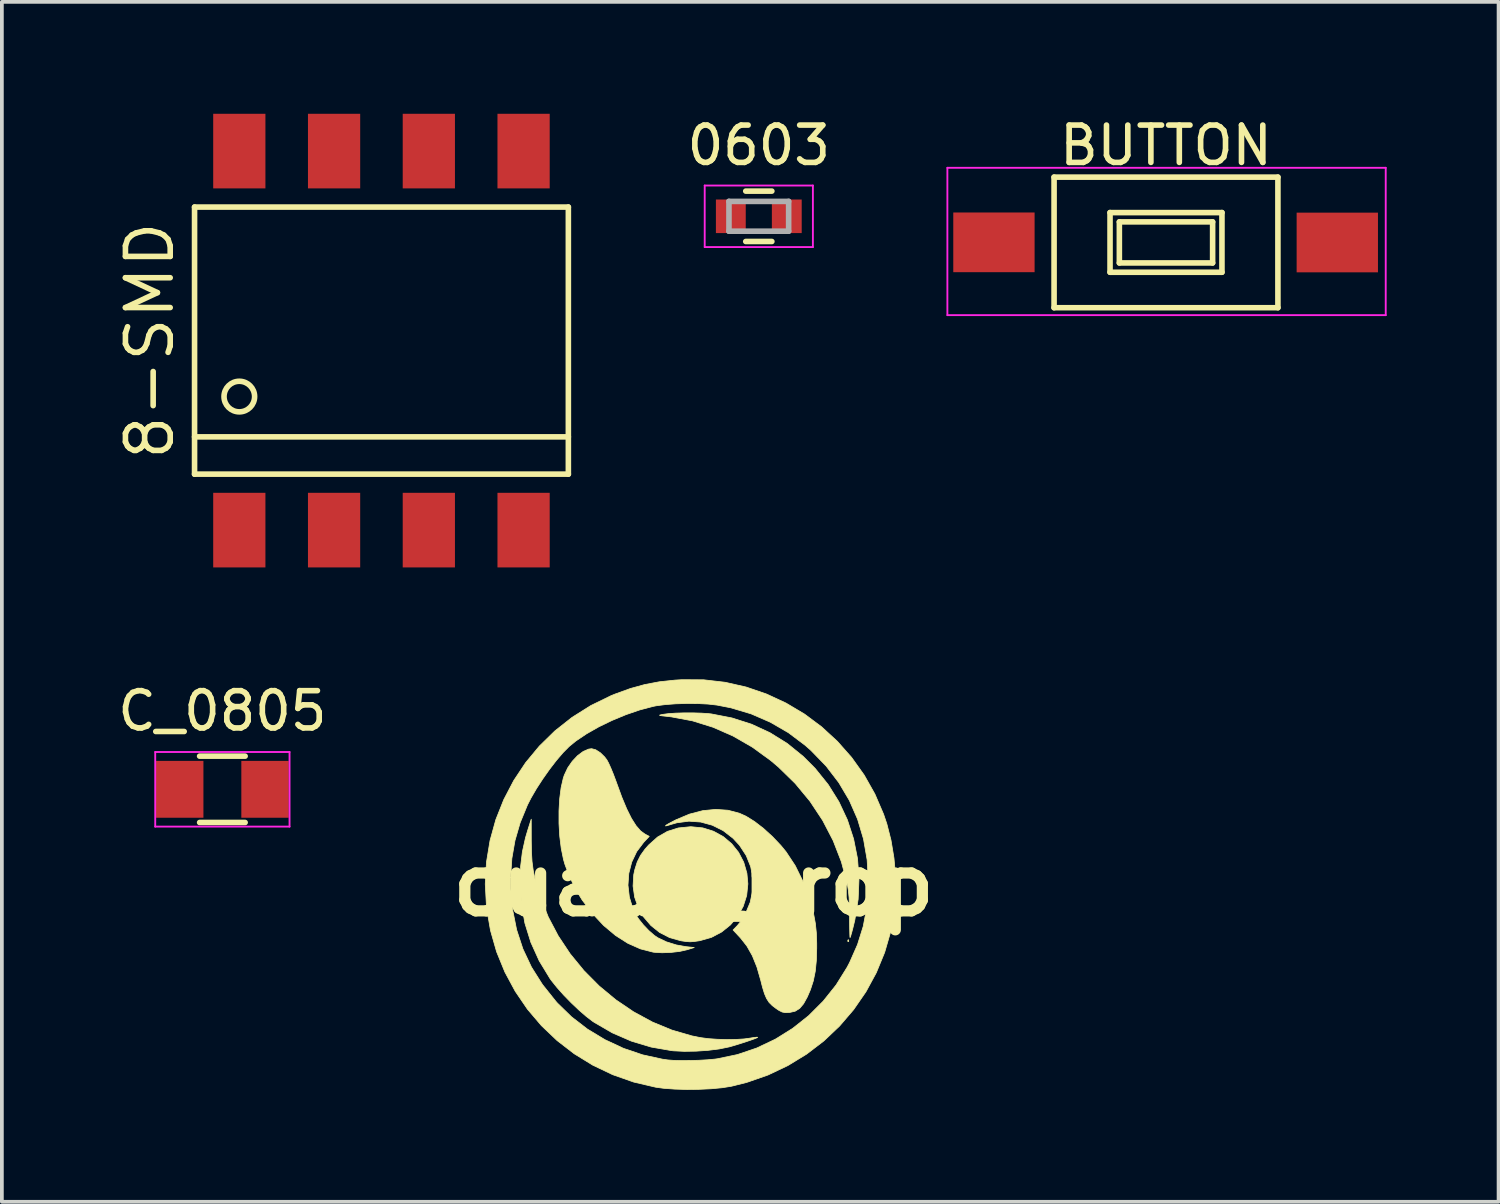
<source format=kicad_pcb>
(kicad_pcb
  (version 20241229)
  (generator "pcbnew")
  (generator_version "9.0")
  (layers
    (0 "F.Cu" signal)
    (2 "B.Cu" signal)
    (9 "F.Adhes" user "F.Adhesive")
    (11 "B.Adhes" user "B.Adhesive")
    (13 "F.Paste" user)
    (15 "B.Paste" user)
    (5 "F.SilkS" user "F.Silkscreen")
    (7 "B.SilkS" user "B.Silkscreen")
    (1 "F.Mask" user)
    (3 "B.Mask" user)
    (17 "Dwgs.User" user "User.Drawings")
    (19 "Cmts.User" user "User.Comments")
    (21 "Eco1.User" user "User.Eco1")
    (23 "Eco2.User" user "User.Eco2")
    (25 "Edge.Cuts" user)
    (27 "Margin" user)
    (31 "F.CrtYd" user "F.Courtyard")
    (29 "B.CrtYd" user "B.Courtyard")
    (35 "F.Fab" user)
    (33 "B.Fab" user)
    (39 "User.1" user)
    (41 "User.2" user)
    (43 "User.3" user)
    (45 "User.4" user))
  (footprint "cuauv_prop"
    (layer "F.Cu")
    (at 15.542 20.677)
    (property "Reference" "cuauv_prop" (at 0 0 0) (layer "F.SilkS") (effects (font (size 1.524 1.524) (thickness 0.3))))
    (attr through_hole)
    (fp_poly (pts (xy 4.154 1.468) (xy 4.158 1.508) (xy 4.154 1.513) (xy 4.134 1.508) (xy 4.132 1.49) (xy 4.144 1.462) (xy 4.154 1.468)) (stroke (width 0.02) (type solid)) (fill yes) (layer "F.SilkS"))
    (fp_poly (pts (xy 0.246 -1.535) (xy 0.534 -1.445) (xy 0.795 -1.301) (xy 1.021 -1.11) (xy 1.206 -0.879) (xy 1.344 -0.613) (xy 1.429 -0.319) (xy 1.455 -0.034) (xy 1.423 0.277) (xy 1.33 0.568) (xy 1.183 0.834) (xy 0.988 1.065) (xy 0.751 1.256) (xy 0.479 1.399) (xy 0.177 1.486) (xy 0.15 1.491) (xy 0.011 1.511) (xy -0.095 1.518) (xy -0.2 1.511) (xy -0.337 1.491) (xy -0.341 1.49) (xy -0.64 1.407) (xy -0.909 1.269) (xy -1.142 1.083) (xy -1.335 0.858) (xy -1.483 0.602) (xy -1.58 0.321) (xy -1.622 0.024) (xy -1.604 -0.281) (xy -1.575 -0.417) (xy -1.51 -0.622) (xy -1.423 -0.796) (xy -1.302 -0.965) (xy -1.204 -1.076) (xy -0.966 -1.289) (xy -0.702 -1.441) (xy -0.41 -1.533) (xy -0.084 -1.566) (xy -0.065 -1.566) (xy 0.246 -1.535)) (stroke (width 0.02) (type solid)) (fill yes) (layer "F.SilkS"))
    (fp_poly (pts (xy 0.211 -4.611) (xy 0.407 -4.597) (xy 0.474 -4.59) (xy 1.029 -4.482) (xy 1.554 -4.314) (xy 2.047 -4.086) (xy 2.509 -3.799) (xy 2.937 -3.452) (xy 3.259 -3.129) (xy 3.607 -2.697) (xy 3.895 -2.236) (xy 4.123 -1.748) (xy 4.289 -1.239) (xy 4.394 -0.711) (xy 4.434 -0.171) (xy 4.411 0.379) (xy 4.322 0.935) (xy 4.271 1.145) (xy 4.239 1.266) (xy 4.212 1.357) (xy 4.196 1.403) (xy 4.194 1.405) (xy 4.19 1.377) (xy 4.187 1.292) (xy 4.184 1.16) (xy 4.182 0.993) (xy 4.181 0.835) (xy 4.178 0.555) (xy 4.168 0.329) (xy 4.149 0.141) (xy 4.123 -0.022) (xy 4.12 -0.034) (xy 3.962 -0.626) (xy 3.741 -1.195) (xy 3.46 -1.736) (xy 3.121 -2.248) (xy 2.725 -2.726) (xy 2.275 -3.166) (xy 2.066 -3.343) (xy 1.573 -3.701) (xy 1.057 -3.998) (xy 0.521 -4.233) (xy -0.031 -4.405) (xy -0.596 -4.511) (xy -0.711 -4.524) (xy -0.837 -4.538) (xy -0.902 -4.548) (xy -0.912 -4.557) (xy -0.873 -4.568) (xy -0.83 -4.577) (xy -0.679 -4.597) (xy -0.48 -4.611) (xy -0.252 -4.618) (xy -0.015 -4.618) (xy 0.211 -4.611)) (stroke (width 0.02) (type solid)) (fill yes) (layer "F.SilkS"))
    (fp_poly (pts (xy -4.351 -1.197) (xy -4.346 -0.895) (xy -4.331 -0.637) (xy -4.3 -0.403) (xy -4.252 -0.17) (xy -4.181 0.084) (xy -4.106 0.321) (xy -3.896 0.852) (xy -3.628 1.361) (xy -3.308 1.842) (xy -2.94 2.291) (xy -2.531 2.703) (xy -2.085 3.073) (xy -1.608 3.396) (xy -1.105 3.669) (xy -0.582 3.885) (xy -0.044 4.041) (xy 0.179 4.086) (xy 0.388 4.114) (xy 0.631 4.131) (xy 0.887 4.139) (xy 1.136 4.136) (xy 1.356 4.122) (xy 1.504 4.102) (xy 1.612 4.084) (xy 1.69 4.076) (xy 1.718 4.078) (xy 1.694 4.093) (xy 1.619 4.123) (xy 1.507 4.163) (xy 1.371 4.209) (xy 1.226 4.255) (xy 1.086 4.298) (xy 0.964 4.333) (xy 0.948 4.337) (xy 0.689 4.39) (xy 0.387 4.428) (xy 0.066 4.45) (xy -0.25 4.455) (xy -0.536 4.441) (xy -0.592 4.435) (xy -1.137 4.34) (xy -1.669 4.18) (xy -2.18 3.958) (xy -2.661 3.679) (xy -2.705 3.65) (xy -2.875 3.52) (xy -3.07 3.351) (xy -3.276 3.156) (xy -3.477 2.95) (xy -3.658 2.747) (xy -3.806 2.563) (xy -3.848 2.505) (xy -4.138 2.028) (xy -4.362 1.533) (xy -4.522 1.019) (xy -4.617 0.482) (xy -4.65 -0.078) (xy -4.65 -0.085) (xy -4.636 -0.507) (xy -4.589 -0.894) (xy -4.506 -1.268) (xy -4.445 -1.474) (xy -4.352 -1.767) (xy -4.351 -1.197)) (stroke (width 0.02) (type solid)) (fill yes) (layer "F.SilkS"))
    (fp_poly (pts (xy -2.624 -3.629) (xy -2.502 -3.551) (xy -2.385 -3.437) (xy -2.325 -3.358) (xy -2.279 -3.273) (xy -2.219 -3.14) (xy -2.151 -2.975) (xy -2.083 -2.794) (xy -2.061 -2.733) (xy -1.923 -2.355) (xy -1.792 -2.042) (xy -1.666 -1.789) (xy -1.543 -1.595) (xy -1.422 -1.455) (xy -1.307 -1.371) (xy -1.189 -1.307) (xy -1.337 -1.149) (xy -1.525 -0.9) (xy -1.659 -0.618) (xy -1.737 -0.315) (xy -1.759 0.001) (xy -1.722 0.32) (xy -1.627 0.631) (xy -1.571 0.752) (xy -1.479 0.899) (xy -1.351 1.06) (xy -1.204 1.215) (xy -1.057 1.344) (xy -0.962 1.409) (xy -0.729 1.52) (xy -0.461 1.603) (xy -0.208 1.648) (xy 0.017 1.672) (xy -0.173 1.731) (xy -0.372 1.776) (xy -0.606 1.803) (xy -0.845 1.812) (xy -1.058 1.799) (xy -1.086 1.795) (xy -1.425 1.708) (xy -1.763 1.558) (xy -2.093 1.348) (xy -2.411 1.081) (xy -2.711 0.761) (xy -2.987 0.397) (xy -3.117 0.184) (xy -3.245 -0.063) (xy -3.36 -0.319) (xy -3.45 -0.561) (xy -3.488 -0.693) (xy -3.548 -0.988) (xy -3.588 -1.313) (xy -3.608 -1.653) (xy -3.608 -1.993) (xy -3.589 -2.318) (xy -3.551 -2.614) (xy -3.493 -2.866) (xy -3.466 -2.947) (xy -3.374 -3.143) (xy -3.251 -3.321) (xy -3.11 -3.471) (xy -2.96 -3.583) (xy -2.813 -3.647) (xy -2.733 -3.658) (xy -2.624 -3.629)) (stroke (width 0.02) (type solid)) (fill yes) (layer "F.SilkS"))
    (fp_poly (pts (xy 0.924 -2.008) (xy 1.233 -1.925) (xy 1.406 -1.847) (xy 1.633 -1.706) (xy 1.875 -1.519) (xy 2.115 -1.3) (xy 2.339 -1.064) (xy 2.479 -0.893) (xy 2.726 -0.519) (xy 2.936 -0.091) (xy 3.06 0.237) (xy 3.153 0.53) (xy 3.22 0.786) (xy 3.264 1.026) (xy 3.29 1.274) (xy 3.3 1.551) (xy 3.3 1.693) (xy 3.29 2.027) (xy 3.261 2.312) (xy 3.209 2.566) (xy 3.131 2.805) (xy 3.048 2.997) (xy 2.947 3.18) (xy 2.843 3.303) (xy 2.724 3.378) (xy 2.581 3.411) (xy 2.566 3.413) (xy 2.457 3.417) (xy 2.375 3.401) (xy 2.289 3.358) (xy 2.218 3.311) (xy 2.109 3.228) (xy 2.024 3.143) (xy 1.958 3.041) (xy 1.901 2.91) (xy 1.847 2.735) (xy 1.802 2.557) (xy 1.698 2.195) (xy 1.575 1.891) (xy 1.429 1.633) (xy 1.255 1.412) (xy 1.25 1.407) (xy 1.059 1.202) (xy 1.173 1.084) (xy 1.254 0.985) (xy 1.339 0.859) (xy 1.385 0.779) (xy 1.517 0.462) (xy 1.585 0.14) (xy 1.589 -0.182) (xy 1.531 -0.495) (xy 1.412 -0.792) (xy 1.232 -1.068) (xy 1.056 -1.258) (xy 0.792 -1.462) (xy 0.501 -1.607) (xy 0.192 -1.692) (xy -0.126 -1.715) (xy -0.445 -1.673) (xy -0.6 -1.629) (xy -0.707 -1.596) (xy -0.753 -1.588) (xy -0.737 -1.608) (xy -0.659 -1.654) (xy -0.52 -1.727) (xy -0.468 -1.754) (xy -0.11 -1.904) (xy 0.246 -1.997) (xy 0.593 -2.031) (xy 0.924 -2.008)) (stroke (width 0.02) (type solid)) (fill yes) (layer "F.SilkS"))
    (fp_poly (pts (xy 0.268 -5.505) (xy 0.847 -5.438) (xy 1.411 -5.31) (xy 1.956 -5.123) (xy 2.477 -4.881) (xy 2.97 -4.588) (xy 3.43 -4.245) (xy 3.854 -3.855) (xy 4.236 -3.423) (xy 4.573 -2.951) (xy 4.86 -2.442) (xy 5.093 -1.9) (xy 5.18 -1.643) (xy 5.292 -1.203) (xy 5.371 -0.727) (xy 5.414 -0.238) (xy 5.419 0.242) (xy 5.39 0.646) (xy 5.286 1.236) (xy 5.121 1.804) (xy 4.898 2.346) (xy 4.62 2.858) (xy 4.29 3.336) (xy 3.913 3.776) (xy 3.491 4.176) (xy 3.028 4.53) (xy 2.527 4.836) (xy 1.992 5.09) (xy 1.426 5.287) (xy 1.016 5.39) (xy 0.767 5.43) (xy 0.471 5.458) (xy 0.147 5.473) (xy -0.187 5.477) (xy -0.51 5.467) (xy -0.805 5.445) (xy -1.016 5.416) (xy -1.606 5.278) (xy -2.169 5.08) (xy -2.701 4.826) (xy -3.199 4.52) (xy -3.659 4.165) (xy -4.079 3.765) (xy -4.454 3.324) (xy -4.781 2.844) (xy -5.058 2.33) (xy -5.28 1.786) (xy -5.444 1.214) (xy -5.547 0.619) (xy -5.552 0.569) (xy -5.584 -0.03) (xy -5.575 -0.204) (xy -4.904 -0.204) (xy -4.901 0.082) (xy -4.852 0.655) (xy -4.744 1.196) (xy -4.576 1.709) (xy -4.346 2.197) (xy -4.052 2.663) (xy -3.694 3.112) (xy -3.651 3.161) (xy -3.271 3.531) (xy -2.844 3.86) (xy -2.377 4.142) (xy -1.881 4.374) (xy -1.364 4.549) (xy -0.834 4.665) (xy -0.694 4.685) (xy -0.536 4.697) (xy -0.33 4.702) (xy -0.097 4.701) (xy 0.144 4.694) (xy 0.373 4.681) (xy 0.57 4.663) (xy 0.637 4.654) (xy 1.176 4.541) (xy 1.695 4.365) (xy 2.19 4.13) (xy 2.655 3.84) (xy 3.085 3.499) (xy 3.474 3.11) (xy 3.819 2.678) (xy 4.113 2.206) (xy 4.182 2.075) (xy 4.395 1.592) (xy 4.548 1.103) (xy 4.643 0.596) (xy 4.684 0.061) (xy 4.685 -0.102) (xy 4.652 -0.68) (xy 4.555 -1.237) (xy 4.396 -1.768) (xy 4.175 -2.273) (xy 3.893 -2.749) (xy 3.551 -3.195) (xy 3.15 -3.608) (xy 2.992 -3.748) (xy 2.542 -4.087) (xy 2.057 -4.368) (xy 1.542 -4.592) (xy 1 -4.754) (xy 0.627 -4.827) (xy 0.39 -4.854) (xy 0.113 -4.868) (xy -0.184 -4.87) (xy -0.482 -4.861) (xy -0.76 -4.84) (xy -0.999 -4.809) (xy -1.084 -4.792) (xy -1.444 -4.697) (xy -1.817 -4.569) (xy -2.188 -4.415) (xy -2.545 -4.242) (xy -2.873 -4.055) (xy -3.158 -3.863) (xy -3.34 -3.714) (xy -3.499 -3.553) (xy -3.676 -3.346) (xy -3.861 -3.106) (xy -4.043 -2.848) (xy -4.212 -2.588) (xy -4.357 -2.339) (xy -4.453 -2.151) (xy -4.65 -1.671) (xy -4.788 -1.196) (xy -4.872 -0.713) (xy -4.904 -0.204) (xy -5.575 -0.204) (xy -5.551 -0.62) (xy -5.456 -1.197) (xy -5.301 -1.756) (xy -5.088 -2.292) (xy -4.821 -2.803) (xy -4.502 -3.283) (xy -4.133 -3.728) (xy -3.718 -4.134) (xy -3.258 -4.497) (xy -2.756 -4.813) (xy -2.216 -5.077) (xy -2.1 -5.124) (xy -1.694 -5.271) (xy -1.307 -5.378) (xy -0.915 -5.452) (xy -0.492 -5.497) (xy -0.322 -5.507) (xy 0.268 -5.505)) (stroke (width 0.02) (type solid)) (fill yes) (layer "F.SilkS")))
  (footprint "8-SMD"
    (layer "F.Cu")
    (at 7.175 6.08)
    (property "Reference" "8-SMD" (at -6.21 0 90) (layer "F.SilkS") (effects (font (size 1.2 1.2) (thickness 0.15))))
    (attr through_hole)
    (fp_line (start -5.01 -3.58) (end -5.01 3.58) (stroke (width 0.15) (type solid)) (layer "F.SilkS"))
    (fp_line (start -5.01 3.58) (end 5.01 3.58) (stroke (width 0.15) (type solid)) (layer "F.SilkS"))
    (fp_line (start 5.01 -3.58) (end -5.01 -3.58) (stroke (width 0.15) (type solid)) (layer "F.SilkS"))
    (fp_line (start 5.01 2.58) (end -5.01 2.58) (stroke (width 0.15) (type solid)) (layer "F.SilkS"))
    (fp_line (start 5.01 3.58) (end 5.01 -3.58) (stroke (width 0.15) (type solid)) (layer "F.SilkS"))
    (fp_circle (center -3.81 1.5) (end -3.4 1.5) (stroke (width 0.15) (type solid)) (fill no) (layer "F.SilkS"))
    (pad "1" smd rect (at -3.81 5.08) (size 1.4 2) (layers "F.Cu" "F.Mask" "F.Paste"))
    (pad "2" smd rect (at -1.27 5.08) (size 1.4 2) (layers "F.Cu" "F.Mask" "F.Paste"))
    (pad "3" smd rect (at 1.27 5.08) (size 1.4 2) (layers "F.Cu" "F.Mask" "F.Paste"))
    (pad "4" smd rect (at 3.81 5.08) (size 1.4 2) (layers "F.Cu" "F.Mask" "F.Paste"))
    (pad "5" smd rect (at 3.81 -5.08) (size 1.4 2) (layers "F.Cu" "F.Mask" "F.Paste"))
    (pad "6" smd rect (at 1.27 -5.08) (size 1.4 2) (layers "F.Cu" "F.Mask" "F.Paste"))
    (pad "7" smd rect (at -1.27 -5.08) (size 1.4 2) (layers "F.Cu" "F.Mask" "F.Paste"))
    (pad "8" smd rect (at -3.81 -5.08) (size 1.4 2) (layers "F.Cu" "F.Mask" "F.Paste")))
  (footprint "0603"
    (layer "F.Cu")
    (at 17.29 2.748)
    (property "Reference" "0603" (at 0 -1.9 0) (layer "F.SilkS") (effects (font (size 1 1) (thickness 0.15))))
    (attr smd)
    (fp_line (start -0.35 -0.675) (end 0.35 -0.675) (stroke (width 0.15) (type solid)) (layer "F.SilkS"))
    (fp_line (start 0.35 0.675) (end -0.35 0.675) (stroke (width 0.15) (type solid)) (layer "F.SilkS"))
    (fp_line (start -1.45 -0.825) (end -1.45 0.825) (stroke (width 0.05) (type solid)) (layer "F.CrtYd"))
    (fp_line (start -1.45 -0.825) (end 1.45 -0.825) (stroke (width 0.05) (type solid)) (layer "F.CrtYd"))
    (fp_line (start -1.45 0.825) (end 1.45 0.825) (stroke (width 0.05) (type solid)) (layer "F.CrtYd"))
    (fp_line (start 1.45 -0.825) (end 1.45 0.825) (stroke (width 0.05) (type solid)) (layer "F.CrtYd"))
    (fp_line (start -0.8 -0.4) (end 0.8 -0.4) (stroke (width 0.15) (type solid)) (layer "F.Fab"))
    (fp_line (start -0.8 0.4) (end -0.8 -0.4) (stroke (width 0.15) (type solid)) (layer "F.Fab"))
    (fp_line (start 0.8 -0.4) (end 0.8 0.4) (stroke (width 0.15) (type solid)) (layer "F.Fab"))
    (fp_line (start 0.8 0.4) (end -0.8 0.4) (stroke (width 0.15) (type solid)) (layer "F.Fab"))
    (pad "1" smd rect (at -0.75 0) (size 0.8 0.9) (layers "F.Cu" "F.Mask" "F.Paste"))
    (pad "2" smd rect (at 0.75 0) (size 0.8 0.9) (layers "F.Cu" "F.Mask" "F.Paste")))
  (footprint "BUTTON"
    (layer "F.Cu")
    (at 28.195 3.448)
    (property "Reference" "BUTTON" (at 0.01 -2.6 0) (layer "F.SilkS") (effects (font (size 1 1) (thickness 0.15))))
    (attr smd)
    (fp_line (start -2.99 -1.75) (end -2.99 1.75) (stroke (width 0.15) (type solid)) (layer "F.SilkS"))
    (fp_line (start -2.99 -1.75) (end 3.01 -1.75) (stroke (width 0.15) (type solid)) (layer "F.SilkS"))
    (fp_line (start -2.99 1.75) (end 3.01 1.75) (stroke (width 0.15) (type solid)) (layer "F.SilkS"))
    (fp_line (start -1.49 -0.8) (end -1.49 0.8) (stroke (width 0.15) (type solid)) (layer "F.SilkS"))
    (fp_line (start -1.49 -0.8) (end 1.51 -0.8) (stroke (width 0.15) (type solid)) (layer "F.SilkS"))
    (fp_line (start -1.49 0.8) (end 1.51 0.8) (stroke (width 0.15) (type solid)) (layer "F.SilkS"))
    (fp_line (start -1.24 -0.55) (end 1.26 -0.55) (stroke (width 0.15) (type solid)) (layer "F.SilkS"))
    (fp_line (start -1.24 0.55) (end -1.24 -0.55) (stroke (width 0.15) (type solid)) (layer "F.SilkS"))
    (fp_line (start 1.26 -0.55) (end 1.26 0.55) (stroke (width 0.15) (type solid)) (layer "F.SilkS"))
    (fp_line (start 1.26 0.55) (end -1.24 0.55) (stroke (width 0.15) (type solid)) (layer "F.SilkS"))
    (fp_line (start 1.51 -0.8) (end 1.51 0.8) (stroke (width 0.15) (type solid)) (layer "F.SilkS"))
    (fp_line (start 3.01 -1.75) (end 3.01 1.75) (stroke (width 0.15) (type solid)) (layer "F.SilkS"))
    (fp_line (start -5.85 -2) (end -5.85 1.95) (stroke (width 0.05) (type solid)) (layer "F.CrtYd"))
    (fp_line (start -5.85 -2) (end 5.9 -2) (stroke (width 0.05) (type solid)) (layer "F.CrtYd"))
    (fp_line (start -5.85 1.95) (end 5.9 1.95) (stroke (width 0.05) (type solid)) (layer "F.CrtYd"))
    (fp_line (start 5.9 -2) (end 5.9 1.95) (stroke (width 0.05) (type solid)) (layer "F.CrtYd"))
    (pad "1" smd rect (at -4.602 -0.002) (size 2.18 1.6) (layers "F.Cu" "F.Mask" "F.Paste"))
    (pad "2" smd rect (at 4.602 0.002) (size 2.18 1.6) (layers "F.Cu" "F.Mask" "F.Paste")))
  (footprint "C_0805"
    (layer "F.Cu")
    (at 2.911 18.108)
    (property "Reference" "C_0805" (at 0 -2.1 0) (layer "F.SilkS") (effects (font (size 1 1) (thickness 0.15))))
    (attr smd)
    (fp_line (start -0.61 0.889) (end 0.61 0.889) (stroke (width 0.15) (type solid)) (layer "F.SilkS"))
    (fp_line (start 0.61 -0.889) (end -0.61 -0.889) (stroke (width 0.15) (type solid)) (layer "F.SilkS"))
    (fp_line (start -1.8 -1) (end -1.8 1) (stroke (width 0.05) (type solid)) (layer "F.CrtYd"))
    (fp_line (start -1.8 -1) (end 1.8 -1) (stroke (width 0.05) (type solid)) (layer "F.CrtYd"))
    (fp_line (start -1.8 1) (end 1.8 1) (stroke (width 0.05) (type solid)) (layer "F.CrtYd"))
    (fp_line (start 1.8 -1) (end 1.8 1) (stroke (width 0.05) (type solid)) (layer "F.CrtYd"))
    (pad "1" smd rect (at -1.143 0) (size 1.27 1.524) (layers "F.Cu" "F.Mask" "F.Paste"))
    (pad "2" smd rect (at 1.143 0) (size 1.27 1.524) (layers "F.Cu" "F.Mask" "F.Paste")))
  (gr_rect
    (start -3 -3)
    (end 37.12 29.164)
    (stroke (width 0.1) (type default))
    (fill no)
    (layer "Edge.Cuts")))
</source>
